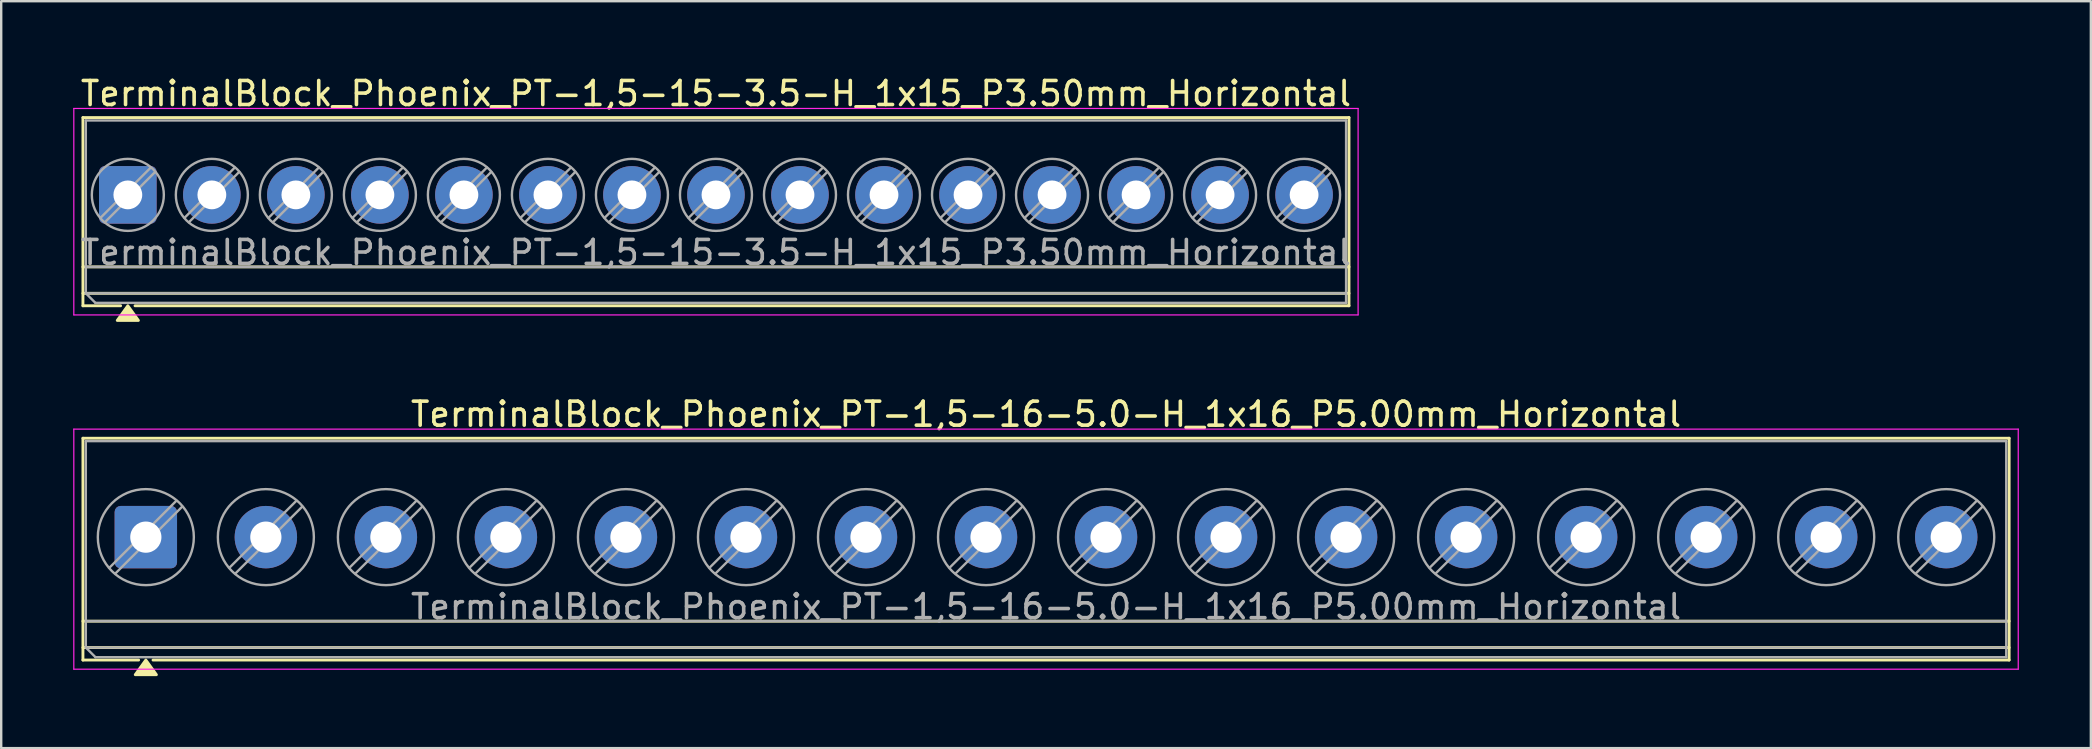
<source format=kicad_pcb>
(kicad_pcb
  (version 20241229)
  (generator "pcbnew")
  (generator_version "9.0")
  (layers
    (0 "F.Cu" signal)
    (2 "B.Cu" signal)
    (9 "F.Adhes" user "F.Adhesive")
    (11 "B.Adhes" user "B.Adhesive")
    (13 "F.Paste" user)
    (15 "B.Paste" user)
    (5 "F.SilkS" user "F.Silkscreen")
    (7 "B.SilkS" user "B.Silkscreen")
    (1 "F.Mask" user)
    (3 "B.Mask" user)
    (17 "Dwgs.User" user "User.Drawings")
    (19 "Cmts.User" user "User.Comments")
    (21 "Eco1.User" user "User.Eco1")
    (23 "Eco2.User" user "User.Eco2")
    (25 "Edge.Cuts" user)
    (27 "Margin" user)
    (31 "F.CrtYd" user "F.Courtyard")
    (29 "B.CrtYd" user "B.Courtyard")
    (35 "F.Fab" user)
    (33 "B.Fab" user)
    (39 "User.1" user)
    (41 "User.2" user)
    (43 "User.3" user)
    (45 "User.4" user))
  (footprint "TerminalBlock_Phoenix_PT-1,5-16-5.0-H_1x16_P5.00mm_Horizontal"
    (layer "F.Cu")
    (at 3.025 19.326)
    (property "Reference" "TerminalBlock_Phoenix_PT-1,5-16-5.0-H_1x16_P5.00mm_Horizontal" (at 37.5 -5.12 0) (layer "F.SilkS") (effects (font (size 1 1) (thickness 0.15))))
    (attr through_hole)
    (fp_line (start -2.62 -4.12) (end -2.62 5.12) (stroke (width 0.12) (type solid)) (layer "F.SilkS"))
    (fp_line (start -2.62 -4.12) (end 77.62 -4.12) (stroke (width 0.12) (type solid)) (layer "F.SilkS"))
    (fp_line (start -2.62 3.5) (end 77.62 3.5) (stroke (width 0.12) (type solid)) (layer "F.SilkS"))
    (fp_line (start -2.62 4.6) (end 77.62 4.6) (stroke (width 0.12) (type solid)) (layer "F.SilkS"))
    (fp_line (start -2.62 5.12) (end -0.3 5.12) (stroke (width 0.12) (type solid)) (layer "F.SilkS"))
    (fp_line (start 0.3 5.12) (end 77.62 5.12) (stroke (width 0.12) (type solid)) (layer "F.SilkS"))
    (fp_line (start 77.62 -4.12) (end 77.62 5.12) (stroke (width 0.12) (type solid)) (layer "F.SilkS"))
    (fp_poly (pts (xy 0 5.12) (xy 0.44 5.73) (xy -0.44 5.73)) (stroke (width 0.12) (type solid)) (fill yes) (layer "F.SilkS"))
    (fp_line (start -3 -4.5) (end -3 5.5) (stroke (width 0.05) (type solid)) (layer "F.CrtYd"))
    (fp_line (start -3 5.5) (end 78 5.5) (stroke (width 0.05) (type solid)) (layer "F.CrtYd"))
    (fp_line (start 78 -4.5) (end -3 -4.5) (stroke (width 0.05) (type solid)) (layer "F.CrtYd"))
    (fp_line (start 78 5.5) (end 78 -4.5) (stroke (width 0.05) (type solid)) (layer "F.CrtYd"))
    (fp_line (start -2.5 -4) (end 77.5 -4) (stroke (width 0.1) (type solid)) (layer "F.Fab"))
    (fp_line (start -2.5 3.5) (end 77.5 3.5) (stroke (width 0.1) (type solid)) (layer "F.Fab"))
    (fp_line (start -2.5 4.6) (end -2.5 -4) (stroke (width 0.1) (type solid)) (layer "F.Fab"))
    (fp_line (start -2.5 4.6) (end 77.5 4.6) (stroke (width 0.1) (type solid)) (layer "F.Fab"))
    (fp_line (start -2.1 5) (end -2.5 4.6) (stroke (width 0.1) (type solid)) (layer "F.Fab"))
    (fp_line (start 1.273 -1.517) (end -1.517 1.273) (stroke (width 0.1) (type solid)) (layer "F.Fab"))
    (fp_line (start 1.517 -1.273) (end -1.273 1.517) (stroke (width 0.1) (type solid)) (layer "F.Fab"))
    (fp_line (start 6.273 -1.517) (end 3.483 1.273) (stroke (width 0.1) (type solid)) (layer "F.Fab"))
    (fp_line (start 6.517 -1.273) (end 3.727 1.517) (stroke (width 0.1) (type solid)) (layer "F.Fab"))
    (fp_line (start 11.273 -1.517) (end 8.483 1.273) (stroke (width 0.1) (type solid)) (layer "F.Fab"))
    (fp_line (start 11.517 -1.273) (end 8.727 1.517) (stroke (width 0.1) (type solid)) (layer "F.Fab"))
    (fp_line (start 16.273 -1.517) (end 13.483 1.273) (stroke (width 0.1) (type solid)) (layer "F.Fab"))
    (fp_line (start 16.517 -1.273) (end 13.727 1.517) (stroke (width 0.1) (type solid)) (layer "F.Fab"))
    (fp_line (start 21.273 -1.517) (end 18.483 1.273) (stroke (width 0.1) (type solid)) (layer "F.Fab"))
    (fp_line (start 21.517 -1.273) (end 18.727 1.517) (stroke (width 0.1) (type solid)) (layer "F.Fab"))
    (fp_line (start 26.273 -1.517) (end 23.483 1.273) (stroke (width 0.1) (type solid)) (layer "F.Fab"))
    (fp_line (start 26.517 -1.273) (end 23.727 1.517) (stroke (width 0.1) (type solid)) (layer "F.Fab"))
    (fp_line (start 31.273 -1.517) (end 28.483 1.273) (stroke (width 0.1) (type solid)) (layer "F.Fab"))
    (fp_line (start 31.517 -1.273) (end 28.727 1.517) (stroke (width 0.1) (type solid)) (layer "F.Fab"))
    (fp_line (start 36.273 -1.517) (end 33.483 1.273) (stroke (width 0.1) (type solid)) (layer "F.Fab"))
    (fp_line (start 36.517 -1.273) (end 33.727 1.517) (stroke (width 0.1) (type solid)) (layer "F.Fab"))
    (fp_line (start 41.273 -1.517) (end 38.483 1.273) (stroke (width 0.1) (type solid)) (layer "F.Fab"))
    (fp_line (start 41.517 -1.273) (end 38.727 1.517) (stroke (width 0.1) (type solid)) (layer "F.Fab"))
    (fp_line (start 46.273 -1.517) (end 43.483 1.273) (stroke (width 0.1) (type solid)) (layer "F.Fab"))
    (fp_line (start 46.517 -1.273) (end 43.727 1.517) (stroke (width 0.1) (type solid)) (layer "F.Fab"))
    (fp_line (start 51.273 -1.517) (end 48.483 1.273) (stroke (width 0.1) (type solid)) (layer "F.Fab"))
    (fp_line (start 51.517 -1.273) (end 48.727 1.517) (stroke (width 0.1) (type solid)) (layer "F.Fab"))
    (fp_line (start 56.273 -1.517) (end 53.483 1.273) (stroke (width 0.1) (type solid)) (layer "F.Fab"))
    (fp_line (start 56.517 -1.273) (end 53.727 1.517) (stroke (width 0.1) (type solid)) (layer "F.Fab"))
    (fp_line (start 61.273 -1.517) (end 58.483 1.273) (stroke (width 0.1) (type solid)) (layer "F.Fab"))
    (fp_line (start 61.517 -1.273) (end 58.727 1.517) (stroke (width 0.1) (type solid)) (layer "F.Fab"))
    (fp_line (start 66.273 -1.517) (end 63.483 1.273) (stroke (width 0.1) (type solid)) (layer "F.Fab"))
    (fp_line (start 66.517 -1.273) (end 63.727 1.517) (stroke (width 0.1) (type solid)) (layer "F.Fab"))
    (fp_line (start 71.273 -1.517) (end 68.483 1.273) (stroke (width 0.1) (type solid)) (layer "F.Fab"))
    (fp_line (start 71.517 -1.273) (end 68.727 1.517) (stroke (width 0.1) (type solid)) (layer "F.Fab"))
    (fp_line (start 76.273 -1.517) (end 73.483 1.273) (stroke (width 0.1) (type solid)) (layer "F.Fab"))
    (fp_line (start 76.517 -1.273) (end 73.727 1.517) (stroke (width 0.1) (type solid)) (layer "F.Fab"))
    (fp_line (start 77.5 -4) (end 77.5 5) (stroke (width 0.1) (type solid)) (layer "F.Fab"))
    (fp_line (start 77.5 5) (end -2.1 5) (stroke (width 0.1) (type solid)) (layer "F.Fab"))
    (fp_circle (center 0 0) (end 2 0) (stroke (width 0.1) (type solid)) (fill no) (layer "F.Fab"))
    (fp_circle (center 5 0) (end 7 0) (stroke (width 0.1) (type solid)) (fill no) (layer "F.Fab"))
    (fp_circle (center 10 0) (end 12 0) (stroke (width 0.1) (type solid)) (fill no) (layer "F.Fab"))
    (fp_circle (center 15 0) (end 17 0) (stroke (width 0.1) (type solid)) (fill no) (layer "F.Fab"))
    (fp_circle (center 20 0) (end 22 0) (stroke (width 0.1) (type solid)) (fill no) (layer "F.Fab"))
    (fp_circle (center 25 0) (end 27 0) (stroke (width 0.1) (type solid)) (fill no) (layer "F.Fab"))
    (fp_circle (center 30 0) (end 32 0) (stroke (width 0.1) (type solid)) (fill no) (layer "F.Fab"))
    (fp_circle (center 35 0) (end 37 0) (stroke (width 0.1) (type solid)) (fill no) (layer "F.Fab"))
    (fp_circle (center 40 0) (end 42 0) (stroke (width 0.1) (type solid)) (fill no) (layer "F.Fab"))
    (fp_circle (center 45 0) (end 47 0) (stroke (width 0.1) (type solid)) (fill no) (layer "F.Fab"))
    (fp_circle (center 50 0) (end 52 0) (stroke (width 0.1) (type solid)) (fill no) (layer "F.Fab"))
    (fp_circle (center 55 0) (end 57 0) (stroke (width 0.1) (type solid)) (fill no) (layer "F.Fab"))
    (fp_circle (center 60 0) (end 62 0) (stroke (width 0.1) (type solid)) (fill no) (layer "F.Fab"))
    (fp_circle (center 65 0) (end 67 0) (stroke (width 0.1) (type solid)) (fill no) (layer "F.Fab"))
    (fp_circle (center 70 0) (end 72 0) (stroke (width 0.1) (type solid)) (fill no) (layer "F.Fab"))
    (fp_circle (center 75 0) (end 77 0) (stroke (width 0.1) (type solid)) (fill no) (layer "F.Fab"))
    (fp_text user "${REFERENCE}" (at 37.5 2.9 0) (layer "F.Fab") (effects (font (size 1 1) (thickness 0.15))))
    (pad "1" thru_hole roundrect (at 0 0) (size 2.6 2.6) (drill 1.3) (layers "*.Cu" "*.Mask") (roundrect_rratio 0.096))
    (pad "2" thru_hole circle (at 5 0) (size 2.6 2.6) (drill 1.3) (layers "*.Cu" "*.Mask"))
    (pad "3" thru_hole circle (at 10 0) (size 2.6 2.6) (drill 1.3) (layers "*.Cu" "*.Mask"))
    (pad "4" thru_hole circle (at 15 0) (size 2.6 2.6) (drill 1.3) (layers "*.Cu" "*.Mask"))
    (pad "5" thru_hole circle (at 20 0) (size 2.6 2.6) (drill 1.3) (layers "*.Cu" "*.Mask"))
    (pad "6" thru_hole circle (at 25 0) (size 2.6 2.6) (drill 1.3) (layers "*.Cu" "*.Mask"))
    (pad "7" thru_hole circle (at 30 0) (size 2.6 2.6) (drill 1.3) (layers "*.Cu" "*.Mask"))
    (pad "8" thru_hole circle (at 35 0) (size 2.6 2.6) (drill 1.3) (layers "*.Cu" "*.Mask"))
    (pad "9" thru_hole circle (at 40 0) (size 2.6 2.6) (drill 1.3) (layers "*.Cu" "*.Mask"))
    (pad "10" thru_hole circle (at 45 0) (size 2.6 2.6) (drill 1.3) (layers "*.Cu" "*.Mask"))
    (pad "11" thru_hole circle (at 50 0) (size 2.6 2.6) (drill 1.3) (layers "*.Cu" "*.Mask"))
    (pad "12" thru_hole circle (at 55 0) (size 2.6 2.6) (drill 1.3) (layers "*.Cu" "*.Mask"))
    (pad "13" thru_hole circle (at 60 0) (size 2.6 2.6) (drill 1.3) (layers "*.Cu" "*.Mask"))
    (pad "14" thru_hole circle (at 65 0) (size 2.6 2.6) (drill 1.3) (layers "*.Cu" "*.Mask"))
    (pad "15" thru_hole circle (at 70 0) (size 2.6 2.6) (drill 1.3) (layers "*.Cu" "*.Mask"))
    (pad "16" thru_hole circle (at 75 0) (size 2.6 2.6) (drill 1.3) (layers "*.Cu" "*.Mask")))
  (footprint "TerminalBlock_Phoenix_PT-1,5-15-3.5-H_1x15_P3.50mm_Horizontal"
    (layer "F.Cu")
    (at 2.275 5.068)
    (property "Reference" "TerminalBlock_Phoenix_PT-1,5-15-3.5-H_1x15_P3.50mm_Horizontal" (at 24.5 -4.22 0) (layer "F.SilkS") (effects (font (size 1 1) (thickness 0.15))))
    (attr through_hole)
    (fp_line (start -1.87 -3.22) (end -1.87 4.62) (stroke (width 0.12) (type solid)) (layer "F.SilkS"))
    (fp_line (start -1.87 -3.22) (end 50.87 -3.22) (stroke (width 0.12) (type solid)) (layer "F.SilkS"))
    (fp_line (start -1.87 3) (end 50.87 3) (stroke (width 0.12) (type solid)) (layer "F.SilkS"))
    (fp_line (start -1.87 4.1) (end 50.87 4.1) (stroke (width 0.12) (type solid)) (layer "F.SilkS"))
    (fp_line (start -1.87 4.62) (end -0.3 4.62) (stroke (width 0.12) (type solid)) (layer "F.SilkS"))
    (fp_line (start 0.3 4.62) (end 50.87 4.62) (stroke (width 0.12) (type solid)) (layer "F.SilkS"))
    (fp_line (start 50.87 -3.22) (end 50.87 4.62) (stroke (width 0.12) (type solid)) (layer "F.SilkS"))
    (fp_poly (pts (xy 0 4.62) (xy 0.44 5.23) (xy -0.44 5.23)) (stroke (width 0.12) (type solid)) (fill yes) (layer "F.SilkS"))
    (fp_line (start -2.25 -3.6) (end -2.25 5) (stroke (width 0.05) (type solid)) (layer "F.CrtYd"))
    (fp_line (start -2.25 5) (end 51.25 5) (stroke (width 0.05) (type solid)) (layer "F.CrtYd"))
    (fp_line (start 51.25 -3.6) (end -2.25 -3.6) (stroke (width 0.05) (type solid)) (layer "F.CrtYd"))
    (fp_line (start 51.25 5) (end 51.25 -3.6) (stroke (width 0.05) (type solid)) (layer "F.CrtYd"))
    (fp_line (start -1.75 -3.1) (end 50.75 -3.1) (stroke (width 0.1) (type solid)) (layer "F.Fab"))
    (fp_line (start -1.75 3) (end 50.75 3) (stroke (width 0.1) (type solid)) (layer "F.Fab"))
    (fp_line (start -1.75 4.1) (end -1.75 -3.1) (stroke (width 0.1) (type solid)) (layer "F.Fab"))
    (fp_line (start -1.75 4.1) (end 50.75 4.1) (stroke (width 0.1) (type solid)) (layer "F.Fab"))
    (fp_line (start -1.35 4.5) (end -1.75 4.1) (stroke (width 0.1) (type solid)) (layer "F.Fab"))
    (fp_line (start 0.955 -1.138) (end -1.138 0.955) (stroke (width 0.1) (type solid)) (layer "F.Fab"))
    (fp_line (start 1.138 -0.955) (end -0.955 1.138) (stroke (width 0.1) (type solid)) (layer "F.Fab"))
    (fp_line (start 4.455 -1.138) (end 2.362 0.955) (stroke (width 0.1) (type solid)) (layer "F.Fab"))
    (fp_line (start 4.638 -0.955) (end 2.545 1.138) (stroke (width 0.1) (type solid)) (layer "F.Fab"))
    (fp_line (start 7.955 -1.138) (end 5.862 0.955) (stroke (width 0.1) (type solid)) (layer "F.Fab"))
    (fp_line (start 8.138 -0.955) (end 6.045 1.138) (stroke (width 0.1) (type solid)) (layer "F.Fab"))
    (fp_line (start 11.455 -1.138) (end 9.362 0.955) (stroke (width 0.1) (type solid)) (layer "F.Fab"))
    (fp_line (start 11.638 -0.955) (end 9.545 1.138) (stroke (width 0.1) (type solid)) (layer "F.Fab"))
    (fp_line (start 14.955 -1.138) (end 12.862 0.955) (stroke (width 0.1) (type solid)) (layer "F.Fab"))
    (fp_line (start 15.138 -0.955) (end 13.045 1.138) (stroke (width 0.1) (type solid)) (layer "F.Fab"))
    (fp_line (start 18.455 -1.138) (end 16.362 0.955) (stroke (width 0.1) (type solid)) (layer "F.Fab"))
    (fp_line (start 18.638 -0.955) (end 16.545 1.138) (stroke (width 0.1) (type solid)) (layer "F.Fab"))
    (fp_line (start 21.955 -1.138) (end 19.862 0.955) (stroke (width 0.1) (type solid)) (layer "F.Fab"))
    (fp_line (start 22.138 -0.955) (end 20.045 1.138) (stroke (width 0.1) (type solid)) (layer "F.Fab"))
    (fp_line (start 25.455 -1.138) (end 23.362 0.955) (stroke (width 0.1) (type solid)) (layer "F.Fab"))
    (fp_line (start 25.638 -0.955) (end 23.545 1.138) (stroke (width 0.1) (type solid)) (layer "F.Fab"))
    (fp_line (start 28.955 -1.138) (end 26.862 0.955) (stroke (width 0.1) (type solid)) (layer "F.Fab"))
    (fp_line (start 29.138 -0.955) (end 27.045 1.138) (stroke (width 0.1) (type solid)) (layer "F.Fab"))
    (fp_line (start 32.455 -1.138) (end 30.362 0.955) (stroke (width 0.1) (type solid)) (layer "F.Fab"))
    (fp_line (start 32.638 -0.955) (end 30.545 1.138) (stroke (width 0.1) (type solid)) (layer "F.Fab"))
    (fp_line (start 35.955 -1.138) (end 33.862 0.955) (stroke (width 0.1) (type solid)) (layer "F.Fab"))
    (fp_line (start 36.138 -0.955) (end 34.045 1.138) (stroke (width 0.1) (type solid)) (layer "F.Fab"))
    (fp_line (start 39.455 -1.138) (end 37.362 0.955) (stroke (width 0.1) (type solid)) (layer "F.Fab"))
    (fp_line (start 39.638 -0.955) (end 37.545 1.138) (stroke (width 0.1) (type solid)) (layer "F.Fab"))
    (fp_line (start 42.955 -1.138) (end 40.862 0.955) (stroke (width 0.1) (type solid)) (layer "F.Fab"))
    (fp_line (start 43.138 -0.955) (end 41.045 1.138) (stroke (width 0.1) (type solid)) (layer "F.Fab"))
    (fp_line (start 46.455 -1.138) (end 44.362 0.955) (stroke (width 0.1) (type solid)) (layer "F.Fab"))
    (fp_line (start 46.638 -0.955) (end 44.545 1.138) (stroke (width 0.1) (type solid)) (layer "F.Fab"))
    (fp_line (start 49.955 -1.138) (end 47.862 0.955) (stroke (width 0.1) (type solid)) (layer "F.Fab"))
    (fp_line (start 50.138 -0.955) (end 48.045 1.138) (stroke (width 0.1) (type solid)) (layer "F.Fab"))
    (fp_line (start 50.75 -3.1) (end 50.75 4.5) (stroke (width 0.1) (type solid)) (layer "F.Fab"))
    (fp_line (start 50.75 4.5) (end -1.35 4.5) (stroke (width 0.1) (type solid)) (layer "F.Fab"))
    (fp_circle (center 0 0) (end 1.5 0) (stroke (width 0.1) (type solid)) (fill no) (layer "F.Fab"))
    (fp_circle (center 3.5 0) (end 5 0) (stroke (width 0.1) (type solid)) (fill no) (layer "F.Fab"))
    (fp_circle (center 7 0) (end 8.5 0) (stroke (width 0.1) (type solid)) (fill no) (layer "F.Fab"))
    (fp_circle (center 10.5 0) (end 12 0) (stroke (width 0.1) (type solid)) (fill no) (layer "F.Fab"))
    (fp_circle (center 14 0) (end 15.5 0) (stroke (width 0.1) (type solid)) (fill no) (layer "F.Fab"))
    (fp_circle (center 17.5 0) (end 19 0) (stroke (width 0.1) (type solid)) (fill no) (layer "F.Fab"))
    (fp_circle (center 21 0) (end 22.5 0) (stroke (width 0.1) (type solid)) (fill no) (layer "F.Fab"))
    (fp_circle (center 24.5 0) (end 26 0) (stroke (width 0.1) (type solid)) (fill no) (layer "F.Fab"))
    (fp_circle (center 28 0) (end 29.5 0) (stroke (width 0.1) (type solid)) (fill no) (layer "F.Fab"))
    (fp_circle (center 31.5 0) (end 33 0) (stroke (width 0.1) (type solid)) (fill no) (layer "F.Fab"))
    (fp_circle (center 35 0) (end 36.5 0) (stroke (width 0.1) (type solid)) (fill no) (layer "F.Fab"))
    (fp_circle (center 38.5 0) (end 40 0) (stroke (width 0.1) (type solid)) (fill no) (layer "F.Fab"))
    (fp_circle (center 42 0) (end 43.5 0) (stroke (width 0.1) (type solid)) (fill no) (layer "F.Fab"))
    (fp_circle (center 45.5 0) (end 47 0) (stroke (width 0.1) (type solid)) (fill no) (layer "F.Fab"))
    (fp_circle (center 49 0) (end 50.5 0) (stroke (width 0.1) (type solid)) (fill no) (layer "F.Fab"))
    (fp_text user "${REFERENCE}" (at 24.5 2.4 0) (layer "F.Fab") (effects (font (size 1 1) (thickness 0.15))))
    (pad "1" thru_hole roundrect (at 0 0) (size 2.4 2.4) (drill 1.2) (layers "*.Cu" "*.Mask") (roundrect_rratio 0.104))
    (pad "2" thru_hole circle (at 3.5 0) (size 2.4 2.4) (drill 1.2) (layers "*.Cu" "*.Mask"))
    (pad "3" thru_hole circle (at 7 0) (size 2.4 2.4) (drill 1.2) (layers "*.Cu" "*.Mask"))
    (pad "4" thru_hole circle (at 10.5 0) (size 2.4 2.4) (drill 1.2) (layers "*.Cu" "*.Mask"))
    (pad "5" thru_hole circle (at 14 0) (size 2.4 2.4) (drill 1.2) (layers "*.Cu" "*.Mask"))
    (pad "6" thru_hole circle (at 17.5 0) (size 2.4 2.4) (drill 1.2) (layers "*.Cu" "*.Mask"))
    (pad "7" thru_hole circle (at 21 0) (size 2.4 2.4) (drill 1.2) (layers "*.Cu" "*.Mask"))
    (pad "8" thru_hole circle (at 24.5 0) (size 2.4 2.4) (drill 1.2) (layers "*.Cu" "*.Mask"))
    (pad "9" thru_hole circle (at 28 0) (size 2.4 2.4) (drill 1.2) (layers "*.Cu" "*.Mask"))
    (pad "10" thru_hole circle (at 31.5 0) (size 2.4 2.4) (drill 1.2) (layers "*.Cu" "*.Mask"))
    (pad "11" thru_hole circle (at 35 0) (size 2.4 2.4) (drill 1.2) (layers "*.Cu" "*.Mask"))
    (pad "12" thru_hole circle (at 38.5 0) (size 2.4 2.4) (drill 1.2) (layers "*.Cu" "*.Mask"))
    (pad "13" thru_hole circle (at 42 0) (size 2.4 2.4) (drill 1.2) (layers "*.Cu" "*.Mask"))
    (pad "14" thru_hole circle (at 45.5 0) (size 2.4 2.4) (drill 1.2) (layers "*.Cu" "*.Mask"))
    (pad "15" thru_hole circle (at 49 0) (size 2.4 2.4) (drill 1.2) (layers "*.Cu" "*.Mask")))
  (gr_rect
    (start -3 -3)
    (end 84.05 28.116)
    (stroke (width 0.1) (type default))
    (fill no)
    (layer "Edge.Cuts")))
</source>
